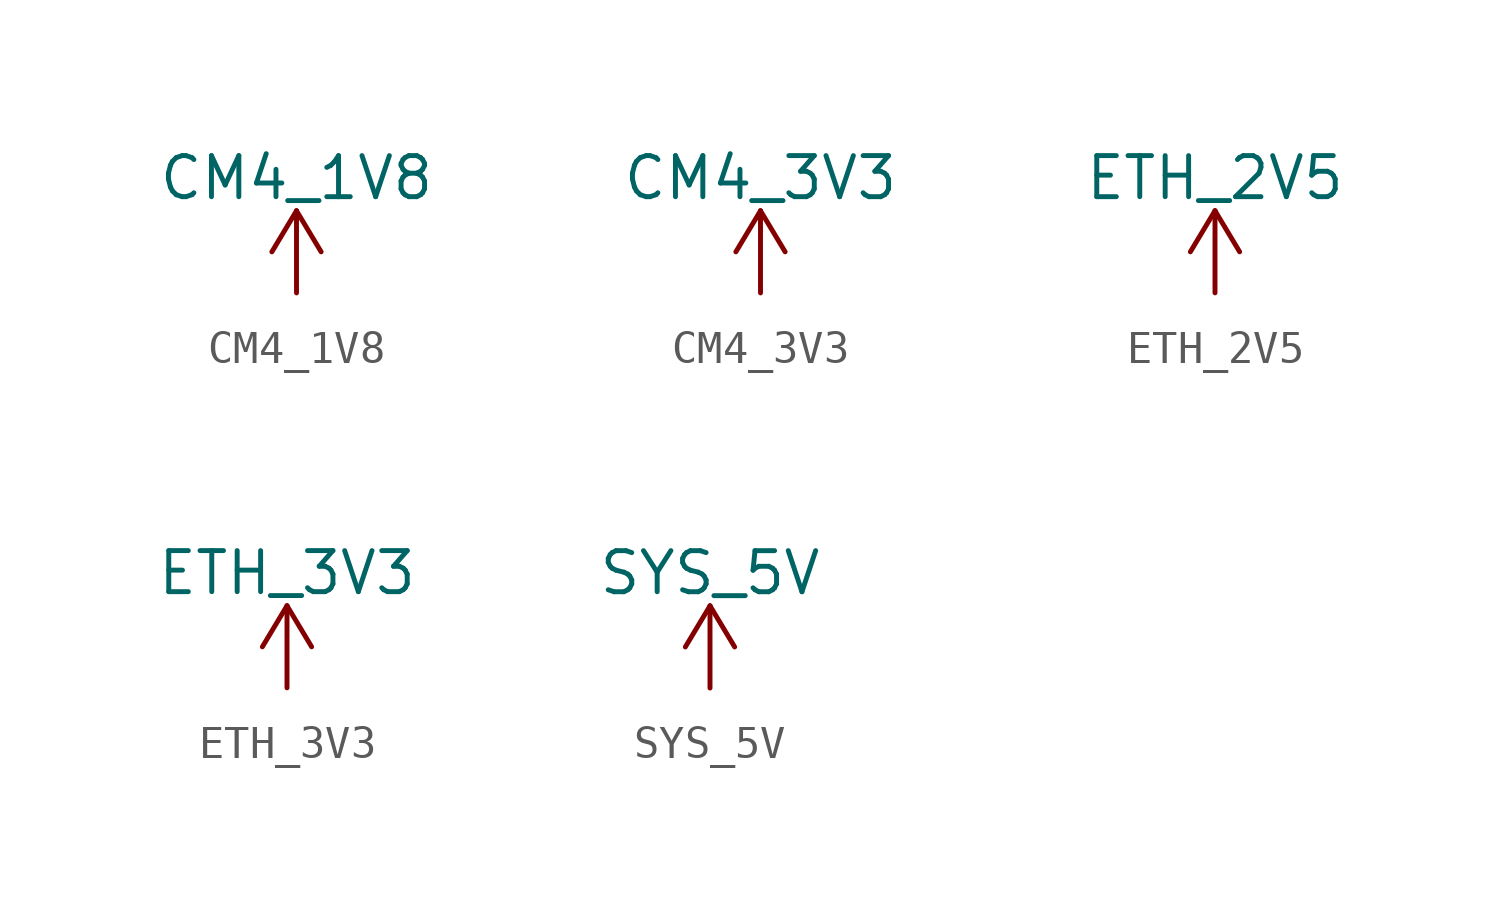
<source format=kicad_sym>
(kicad_symbol_lib
  (version 20220914)
  (generator kicad_symbol_editor)
  (symbol "CM4_1V8"
    (power)
    (pin_names
      (offset 0))
    (property "Reference" "#PWR"
      (at 0 -3.81 0)
      (effects (font (size 1.27 1.27)) hide))
    (property "Value" "CM4_1V8"
      (at 0 3.556 0)
      (effects (font (size 1.27 1.27))))
    (symbol "CM4_1V8_0_1"
      (polyline (pts (xy -0.762 1.27) (xy 0 2.54)) (stroke (width 0) (type default)) (fill (type none)))
      (polyline (pts (xy 0 0) (xy 0 2.54)) (stroke (width 0) (type default)) (fill (type none)))
      (polyline (pts (xy 0 2.54) (xy 0.762 1.27)) (stroke (width 0) (type default)) (fill (type none))))
    (symbol "CM4_1V8_1_1"
      (pin power_in line (at 0 0 90) (length 0) hide (name "+3V3" (effects (font (size 1.27 1.27)))) (number "1" (effects (font (size 1.27 1.27)))))))
  (symbol "CM4_3V3"
    (power)
    (pin_names
      (offset 0))
    (property "Reference" "#PWR"
      (at 0 -3.81 0)
      (effects (font (size 1.27 1.27)) hide))
    (property "Value" "CM4_3V3"
      (at 0 3.556 0)
      (effects (font (size 1.27 1.27))))
    (symbol "CM4_3V3_0_1"
      (polyline (pts (xy -0.762 1.27) (xy 0 2.54)) (stroke (width 0) (type default)) (fill (type none)))
      (polyline (pts (xy 0 0) (xy 0 2.54)) (stroke (width 0) (type default)) (fill (type none)))
      (polyline (pts (xy 0 2.54) (xy 0.762 1.27)) (stroke (width 0) (type default)) (fill (type none))))
    (symbol "CM4_3V3_1_1"
      (pin power_in line (at 0 0 90) (length 0) hide (name "+3V3" (effects (font (size 1.27 1.27)))) (number "1" (effects (font (size 1.27 1.27)))))))
  (symbol "ETH_2V5"
    (power)
    (pin_names
      (offset 0))
    (property "Reference" "#PWR"
      (at 0 -3.81 0)
      (effects (font (size 1.27 1.27)) hide))
    (property "Value" "ETH_2V5"
      (at 0 3.556 0)
      (effects (font (size 1.27 1.27))))
    (symbol "ETH_2V5_0_1"
      (polyline (pts (xy -0.762 1.27) (xy 0 2.54)) (stroke (width 0) (type default)) (fill (type none)))
      (polyline (pts (xy 0 0) (xy 0 2.54)) (stroke (width 0) (type default)) (fill (type none)))
      (polyline (pts (xy 0 2.54) (xy 0.762 1.27)) (stroke (width 0) (type default)) (fill (type none))))
    (symbol "ETH_2V5_1_1"
      (pin power_in line (at 0 0 90) (length 0) hide (name "+3V3" (effects (font (size 1.27 1.27)))) (number "1" (effects (font (size 1.27 1.27)))))))
  (symbol "ETH_3V3"
    (power)
    (pin_names
      (offset 0))
    (property "Reference" "#PWR"
      (at 0 -3.81 0)
      (effects (font (size 1.27 1.27)) hide))
    (property "Value" "ETH_3V3"
      (at 0 3.556 0)
      (effects (font (size 1.27 1.27))))
    (symbol "ETH_3V3_0_1"
      (polyline (pts (xy -0.762 1.27) (xy 0 2.54)) (stroke (width 0) (type default)) (fill (type none)))
      (polyline (pts (xy 0 0) (xy 0 2.54)) (stroke (width 0) (type default)) (fill (type none)))
      (polyline (pts (xy 0 2.54) (xy 0.762 1.27)) (stroke (width 0) (type default)) (fill (type none))))
    (symbol "ETH_3V3_1_1"
      (pin power_in line (at 0 0 90) (length 0) hide (name "+3V3" (effects (font (size 1.27 1.27)))) (number "1" (effects (font (size 1.27 1.27)))))))
  (symbol "SYS_5V"
    (power)
    (pin_names
      (offset 0))
    (property "Reference" "#PWR"
      (at 0 -3.81 0)
      (effects (font (size 1.27 1.27)) hide))
    (property "Value" "SYS_5V"
      (at 0 3.556 0)
      (effects (font (size 1.27 1.27))))
    (symbol "SYS_5V_0_1"
      (polyline (pts (xy -0.762 1.27) (xy 0 2.54)) (stroke (width 0) (type default)) (fill (type none)))
      (polyline (pts (xy 0 0) (xy 0 2.54)) (stroke (width 0) (type default)) (fill (type none)))
      (polyline (pts (xy 0 2.54) (xy 0.762 1.27)) (stroke (width 0) (type default)) (fill (type none))))
    (symbol "SYS_5V_1_1"
      (pin power_in line (at 0 0 90) (length 0) hide (name "+3V3" (effects (font (size 1.27 1.27)))) (number "1" (effects (font (size 1.27 1.27))))))))
</source>
